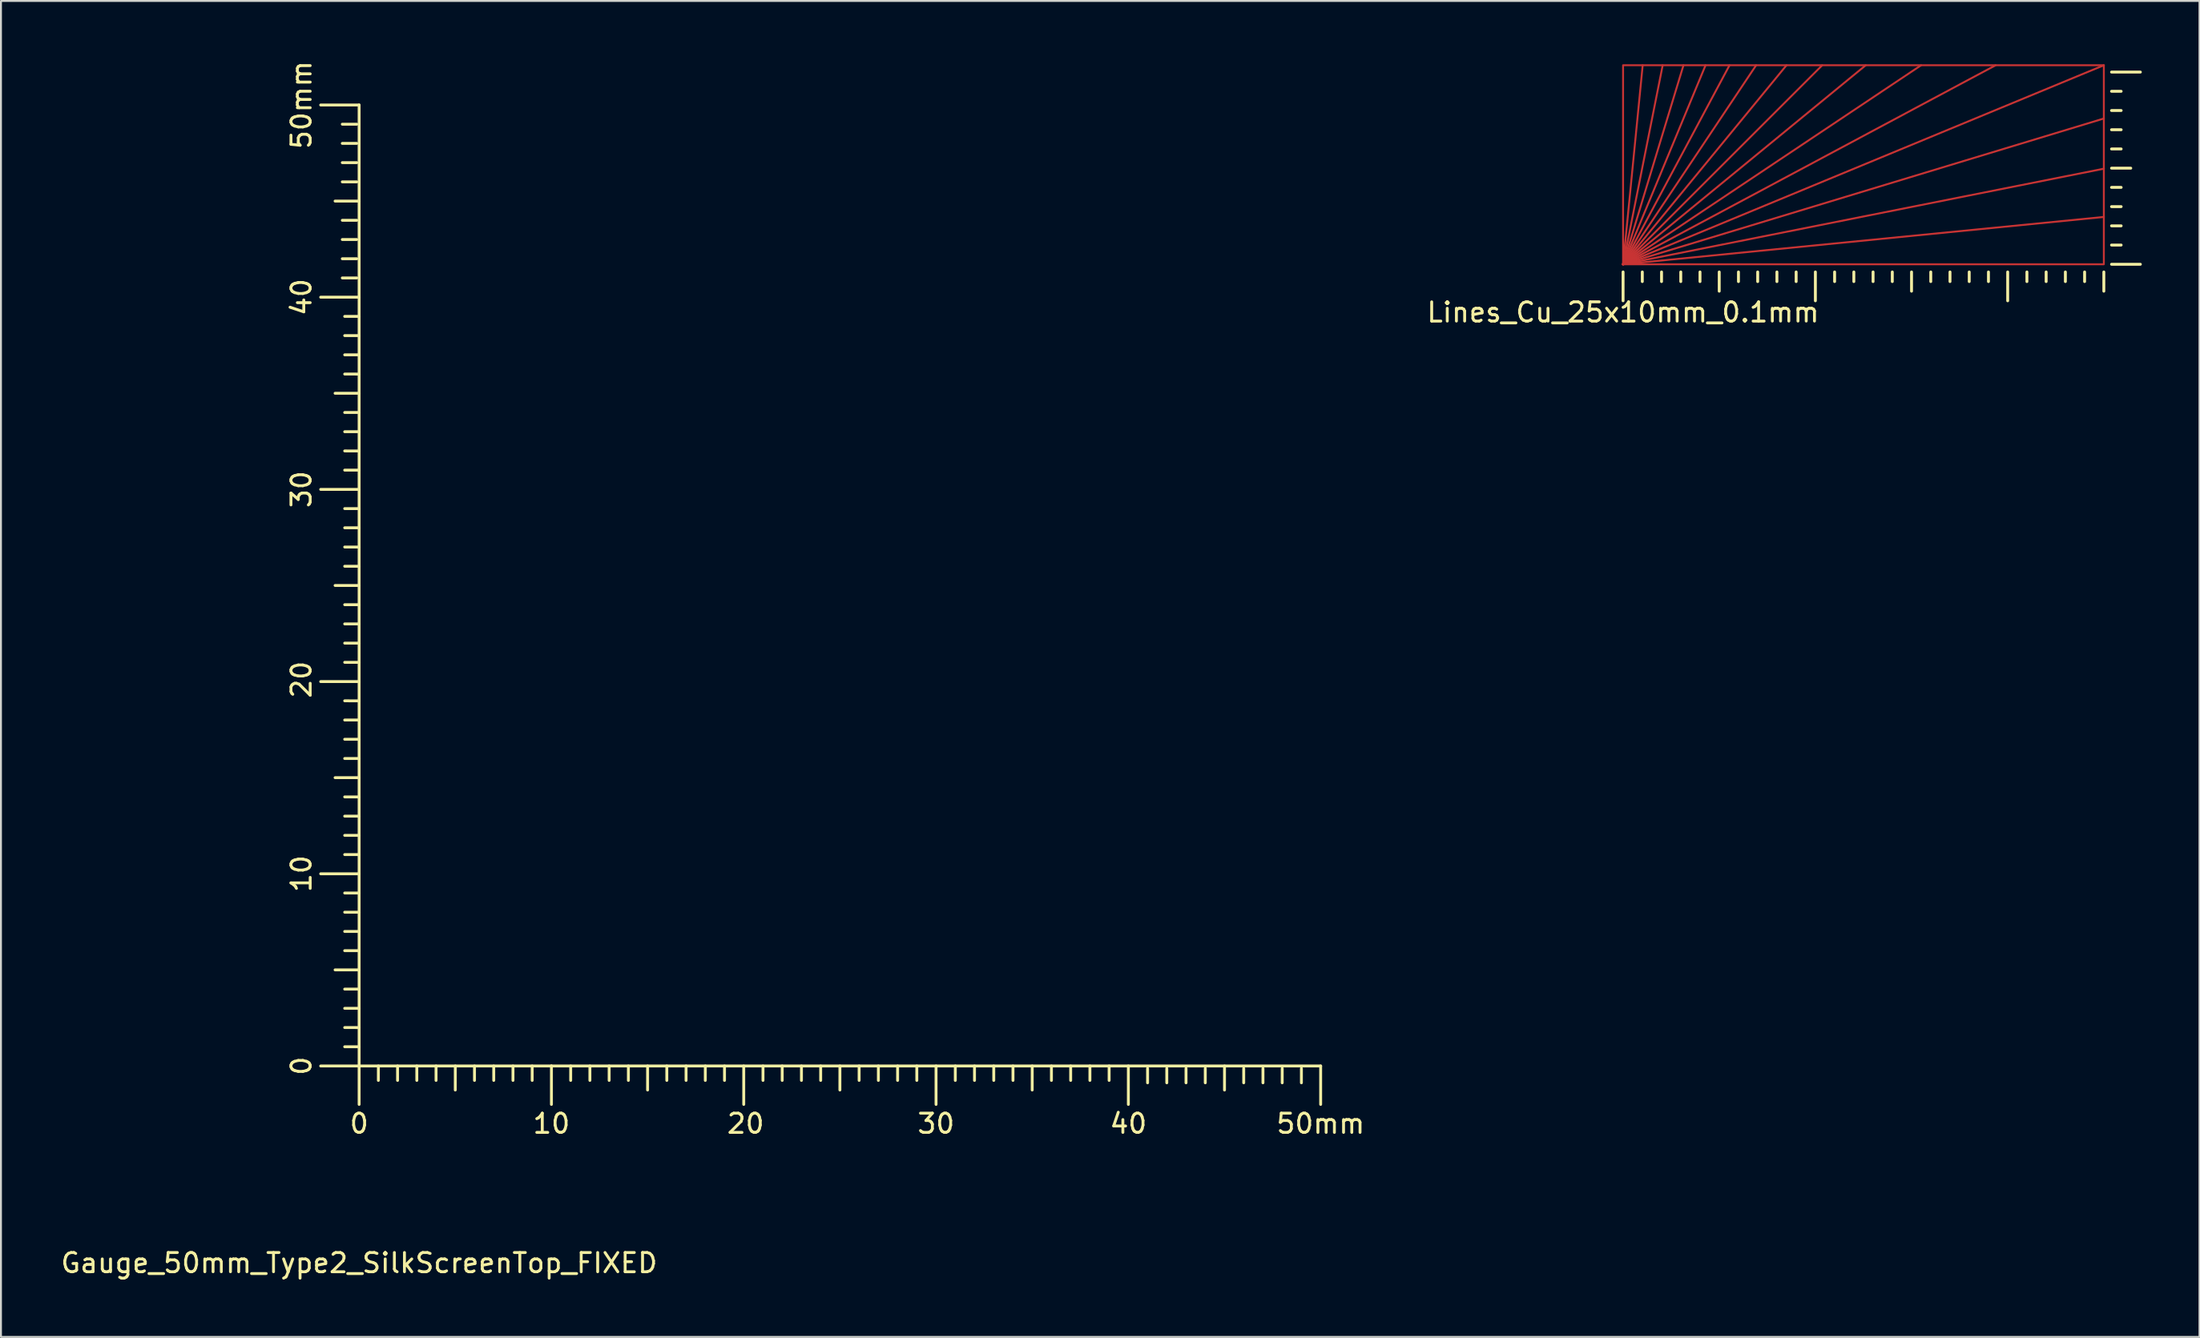
<source format=kicad_pcb>
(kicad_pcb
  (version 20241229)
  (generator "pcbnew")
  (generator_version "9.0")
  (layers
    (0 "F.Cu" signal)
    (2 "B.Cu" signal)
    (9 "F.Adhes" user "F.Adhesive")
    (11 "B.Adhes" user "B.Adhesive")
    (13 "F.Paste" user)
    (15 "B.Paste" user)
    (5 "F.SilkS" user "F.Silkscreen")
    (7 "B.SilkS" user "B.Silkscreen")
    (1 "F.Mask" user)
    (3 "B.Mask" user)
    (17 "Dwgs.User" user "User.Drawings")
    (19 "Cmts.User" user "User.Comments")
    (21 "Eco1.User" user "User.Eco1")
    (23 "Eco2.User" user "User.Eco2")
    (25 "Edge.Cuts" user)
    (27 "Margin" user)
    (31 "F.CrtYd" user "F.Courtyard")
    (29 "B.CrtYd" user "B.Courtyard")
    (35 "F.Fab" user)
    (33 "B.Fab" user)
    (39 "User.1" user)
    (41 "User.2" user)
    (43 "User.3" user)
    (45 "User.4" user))
  (footprint "Lines_Cu_25x10mm_0.1mm"
    (layer "F.Cu")
    (at 81.351 10.7)
    (property "Reference" "Lines_Cu_25x10mm_0.1mm" (at 0 2.5 0) (unlocked yes) (layer "F.SilkS") (effects (font (size 1 1) (thickness 0.15))))
    (fp_line (start 0 0) (end 1.02 -10.355) (stroke (width 0.1) (type default)) (layer "F.Cu"))
    (fp_line (start 0 0) (end 2.06 -10.355) (stroke (width 0.1) (type default)) (layer "F.Cu"))
    (fp_line (start 0 0) (end 3.141 -10.355) (stroke (width 0.1) (type default)) (layer "F.Cu"))
    (fp_line (start 0 0) (end 4.289 -10.355) (stroke (width 0.1) (type default)) (layer "F.Cu"))
    (fp_line (start 0 0) (end 5.535 -10.355) (stroke (width 0.1) (type default)) (layer "F.Cu"))
    (fp_line (start 0 0) (end 6.919 -10.355) (stroke (width 0.1) (type default)) (layer "F.Cu"))
    (fp_line (start 0 0) (end 8.498 -10.355) (stroke (width 0.1) (type default)) (layer "F.Cu"))
    (fp_line (start 0 0) (end 10.355 -10.355) (stroke (width 0.1) (type default)) (layer "F.Cu"))
    (fp_line (start 0 0) (end 12.618 -10.355) (stroke (width 0.1) (type default)) (layer "F.Cu"))
    (fp_line (start 0 0) (end 15.498 -10.355) (stroke (width 0.1) (type default)) (layer "F.Cu"))
    (fp_line (start 0 0) (end 19.373 -10.355) (stroke (width 0.1) (type default)) (layer "F.Cu"))
    (fp_line (start 0 0) (end 25 -10.355) (stroke (width 0.1) (type default)) (layer "F.Cu"))
    (fp_line (start 0 0) (end 25 -7.584) (stroke (width 0.1) (type default)) (layer "F.Cu"))
    (fp_line (start 0 0) (end 25 -4.973) (stroke (width 0.1) (type default)) (layer "F.Cu"))
    (fp_line (start 0 0) (end 25 -2.462) (stroke (width 0.1) (type default)) (layer "F.Cu"))
    (fp_rect (start 0 0) (end 25 -10.355) (stroke (width 0.1) (type default)) (fill no) (layer "F.Cu"))
    (fp_rect (start -0.3 -10.7) (end 25.3 0.3) (stroke (width 0) (type solid)) (fill yes) (layer "F.Mask"))
    (fp_line (start 0 1.9) (end 0 0.4) (stroke (width 0.15) (type default)) (layer "F.SilkS"))
    (fp_line (start 1 0.9) (end 1 0.4) (stroke (width 0.15) (type default)) (layer "F.SilkS"))
    (fp_line (start 2 0.9) (end 2 0.4) (stroke (width 0.15) (type default)) (layer "F.SilkS"))
    (fp_line (start 3 0.9) (end 3 0.4) (stroke (width 0.15) (type default)) (layer "F.SilkS"))
    (fp_line (start 4 0.9) (end 4 0.4) (stroke (width 0.15) (type default)) (layer "F.SilkS"))
    (fp_line (start 5 1.4) (end 5 0.4) (stroke (width 0.15) (type default)) (layer "F.SilkS"))
    (fp_line (start 6 0.9) (end 6 0.4) (stroke (width 0.15) (type default)) (layer "F.SilkS"))
    (fp_line (start 7 0.9) (end 7 0.4) (stroke (width 0.15) (type default)) (layer "F.SilkS"))
    (fp_line (start 8 0.9) (end 8 0.4) (stroke (width 0.15) (type default)) (layer "F.SilkS"))
    (fp_line (start 9 0.9) (end 9 0.4) (stroke (width 0.15) (type default)) (layer "F.SilkS"))
    (fp_line (start 10 1.9) (end 10 0.4) (stroke (width 0.15) (type default)) (layer "F.SilkS"))
    (fp_line (start 11 0.9) (end 11 0.4) (stroke (width 0.15) (type default)) (layer "F.SilkS"))
    (fp_line (start 12 0.9) (end 12 0.4) (stroke (width 0.15) (type default)) (layer "F.SilkS"))
    (fp_line (start 13 0.9) (end 13 0.4) (stroke (width 0.15) (type default)) (layer "F.SilkS"))
    (fp_line (start 14 0.9) (end 14 0.4) (stroke (width 0.15) (type default)) (layer "F.SilkS"))
    (fp_line (start 15 1.4) (end 15 0.4) (stroke (width 0.15) (type default)) (layer "F.SilkS"))
    (fp_line (start 16 0.9) (end 16 0.4) (stroke (width 0.15) (type default)) (layer "F.SilkS"))
    (fp_line (start 17 0.9) (end 17 0.4) (stroke (width 0.15) (type default)) (layer "F.SilkS"))
    (fp_line (start 18 0.9) (end 18 0.4) (stroke (width 0.15) (type default)) (layer "F.SilkS"))
    (fp_line (start 19 0.9) (end 19 0.4) (stroke (width 0.15) (type default)) (layer "F.SilkS"))
    (fp_line (start 20 1.9) (end 20 0.4) (stroke (width 0.15) (type default)) (layer "F.SilkS"))
    (fp_line (start 21 0.9) (end 21 0.4) (stroke (width 0.15) (type default)) (layer "F.SilkS"))
    (fp_line (start 22 0.9) (end 22 0.4) (stroke (width 0.15) (type default)) (layer "F.SilkS"))
    (fp_line (start 23 0.9) (end 23 0.4) (stroke (width 0.15) (type default)) (layer "F.SilkS"))
    (fp_line (start 24 0.9) (end 24 0.4) (stroke (width 0.15) (type default)) (layer "F.SilkS"))
    (fp_line (start 25 1.4) (end 25 0.4) (stroke (width 0.15) (type default)) (layer "F.SilkS"))
    (fp_line (start 25.9 -9) (end 25.4 -9) (stroke (width 0.15) (type default)) (layer "F.SilkS"))
    (fp_line (start 25.9 -8) (end 25.4 -8) (stroke (width 0.15) (type default)) (layer "F.SilkS"))
    (fp_line (start 25.9 -7) (end 25.4 -7) (stroke (width 0.15) (type default)) (layer "F.SilkS"))
    (fp_line (start 25.9 -6) (end 25.4 -6) (stroke (width 0.15) (type default)) (layer "F.SilkS"))
    (fp_line (start 25.9 -4) (end 25.4 -4) (stroke (width 0.15) (type default)) (layer "F.SilkS"))
    (fp_line (start 25.9 -3) (end 25.4 -3) (stroke (width 0.15) (type default)) (layer "F.SilkS"))
    (fp_line (start 25.9 -2) (end 25.4 -2) (stroke (width 0.15) (type default)) (layer "F.SilkS"))
    (fp_line (start 25.9 -1) (end 25.4 -1) (stroke (width 0.15) (type default)) (layer "F.SilkS"))
    (fp_line (start 26.4 -5) (end 25.4 -5) (stroke (width 0.15) (type default)) (layer "F.SilkS"))
    (fp_line (start 26.9 -10) (end 25.4 -10) (stroke (width 0.15) (type default)) (layer "F.SilkS"))
    (fp_line (start 26.9 0) (end 25.4 0) (stroke (width 0.15) (type default)) (layer "F.SilkS")))
  (footprint "Gauge_50mm_Type2_SilkScreenTop_FIXED"
    (layer "F.Cu")
    (at 15.625 52.413)
    (property "Reference" "Gauge_50mm_Type2_SilkScreenTop_FIXED" (at 0 10.25 0) (layer "F.SilkS") (effects (font (size 1 1) (thickness 0.15))))
    (attr exclude_from_pos_files exclude_from_bom)
    (fp_line (start -0.125 -49) (end -0.875 -49.001) (stroke (width 0.15) (type solid)) (layer "F.SilkS"))
    (fp_line (start -0.125 -48.002) (end -0.875 -48.002) (stroke (width 0.15) (type solid)) (layer "F.SilkS"))
    (fp_line (start -0.125 -47.001) (end -0.875 -47.001) (stroke (width 0.15) (type solid)) (layer "F.SilkS"))
    (fp_line (start -0.125 -46) (end -0.875 -46.001) (stroke (width 0.15) (type solid)) (layer "F.SilkS"))
    (fp_line (start -0.125 -44.001) (end -0.875 -44.001) (stroke (width 0.15) (type solid)) (layer "F.SilkS"))
    (fp_line (start -0.125 -43.001) (end -0.875 -43.001) (stroke (width 0.15) (type solid)) (layer "F.SilkS"))
    (fp_line (start -0.125 -42) (end -0.875 -42.001) (stroke (width 0.15) (type solid)) (layer "F.SilkS"))
    (fp_line (start -0.125 -41.002) (end -0.875 -41.002) (stroke (width 0.15) (type solid)) (layer "F.SilkS"))
    (fp_line (start 0 -50) (end -1.999 -50) (stroke (width 0.15) (type solid)) (layer "F.SilkS"))
    (fp_line (start 0 -45.001) (end -1.25 -45.001) (stroke (width 0.15) (type solid)) (layer "F.SilkS"))
    (fp_line (start 0 -40) (end -1.999 -40) (stroke (width 0.15) (type solid)) (layer "F.SilkS"))
    (fp_line (start 0 -39) (end -0.75 -39.001) (stroke (width 0.15) (type solid)) (layer "F.SilkS"))
    (fp_line (start 0 -38.002) (end -0.75 -38.002) (stroke (width 0.15) (type solid)) (layer "F.SilkS"))
    (fp_line (start 0 -37.001) (end -0.75 -37.001) (stroke (width 0.15) (type solid)) (layer "F.SilkS"))
    (fp_line (start 0 -36) (end -0.75 -36.001) (stroke (width 0.15) (type solid)) (layer "F.SilkS"))
    (fp_line (start 0 -35.001) (end -1.25 -35.001) (stroke (width 0.15) (type solid)) (layer "F.SilkS"))
    (fp_line (start 0 -34.001) (end -0.75 -34.001) (stroke (width 0.15) (type solid)) (layer "F.SilkS"))
    (fp_line (start 0 -33.001) (end -0.75 -33.001) (stroke (width 0.15) (type solid)) (layer "F.SilkS"))
    (fp_line (start 0 -32) (end -0.75 -32.001) (stroke (width 0.15) (type solid)) (layer "F.SilkS"))
    (fp_line (start 0 -31.002) (end -0.75 -31.002) (stroke (width 0.15) (type solid)) (layer "F.SilkS"))
    (fp_line (start 0 -30) (end -1.999 -30) (stroke (width 0.15) (type solid)) (layer "F.SilkS"))
    (fp_line (start 0 -29) (end -0.75 -29.001) (stroke (width 0.15) (type solid)) (layer "F.SilkS"))
    (fp_line (start 0 -28.002) (end -0.75 -28.002) (stroke (width 0.15) (type solid)) (layer "F.SilkS"))
    (fp_line (start 0 -27.001) (end -0.75 -27.001) (stroke (width 0.15) (type solid)) (layer "F.SilkS"))
    (fp_line (start 0 -26) (end -0.75 -26.001) (stroke (width 0.15) (type solid)) (layer "F.SilkS"))
    (fp_line (start 0 -25.001) (end -1.25 -25.001) (stroke (width 0.15) (type solid)) (layer "F.SilkS"))
    (fp_line (start 0 -24.001) (end -0.75 -24.001) (stroke (width 0.15) (type solid)) (layer "F.SilkS"))
    (fp_line (start 0 -23.001) (end -0.75 -23.001) (stroke (width 0.15) (type solid)) (layer "F.SilkS"))
    (fp_line (start 0 -22) (end -0.75 -22.001) (stroke (width 0.15) (type solid)) (layer "F.SilkS"))
    (fp_line (start 0 -21.002) (end -0.75 -21.002) (stroke (width 0.15) (type solid)) (layer "F.SilkS"))
    (fp_line (start 0 -20) (end -1.999 -20) (stroke (width 0.15) (type solid)) (layer "F.SilkS"))
    (fp_line (start 0 -18.999) (end -0.75 -19) (stroke (width 0.15) (type solid)) (layer "F.SilkS"))
    (fp_line (start 0 -18) (end -0.75 -18) (stroke (width 0.15) (type solid)) (layer "F.SilkS"))
    (fp_line (start 0 -17) (end -0.75 -17) (stroke (width 0.15) (type solid)) (layer "F.SilkS"))
    (fp_line (start 0 -15.999) (end -0.75 -15.999) (stroke (width 0.15) (type solid)) (layer "F.SilkS"))
    (fp_line (start 0 -15.001) (end -1.25 -15.001) (stroke (width 0.15) (type solid)) (layer "F.SilkS"))
    (fp_line (start 0 -14) (end -0.75 -14) (stroke (width 0.15) (type solid)) (layer "F.SilkS"))
    (fp_line (start 0 -12.999) (end -0.75 -12.999) (stroke (width 0.15) (type solid)) (layer "F.SilkS"))
    (fp_line (start 0 -11.998) (end -0.75 -11.999) (stroke (width 0.15) (type solid)) (layer "F.SilkS"))
    (fp_line (start 0 -11) (end -0.75 -11) (stroke (width 0.15) (type solid)) (layer "F.SilkS"))
    (fp_line (start 0 -10) (end -1.999 -10) (stroke (width 0.15) (type solid)) (layer "F.SilkS"))
    (fp_line (start 0 -8.999) (end -0.75 -9) (stroke (width 0.15) (type solid)) (layer "F.SilkS"))
    (fp_line (start 0 -8.001) (end -0.75 -8.001) (stroke (width 0.15) (type solid)) (layer "F.SilkS"))
    (fp_line (start 0 -7) (end -0.75 -7) (stroke (width 0.15) (type solid)) (layer "F.SilkS"))
    (fp_line (start 0 -5.999) (end -0.75 -6) (stroke (width 0.15) (type solid)) (layer "F.SilkS"))
    (fp_line (start 0 -5.001) (end -1.25 -5.001) (stroke (width 0.15) (type solid)) (layer "F.SilkS"))
    (fp_line (start 0 -4) (end -0.75 -4) (stroke (width 0.15) (type solid)) (layer "F.SilkS"))
    (fp_line (start 0 -3) (end -0.75 -3) (stroke (width 0.15) (type solid)) (layer "F.SilkS"))
    (fp_line (start 0 -1.999) (end -0.75 -2) (stroke (width 0.15) (type solid)) (layer "F.SilkS"))
    (fp_line (start 0 -1.001) (end -0.75 -1.001) (stroke (width 0.15) (type solid)) (layer "F.SilkS"))
    (fp_line (start 0 0) (end -1.999 0) (stroke (width 0.15) (type solid)) (layer "F.SilkS"))
    (fp_line (start 0 0) (end 0 -50) (stroke (width 0.15) (type solid)) (layer "F.SilkS"))
    (fp_line (start 0 0) (end 0 1.999) (stroke (width 0.15) (type solid)) (layer "F.SilkS"))
    (fp_line (start 0 0) (end 10 0) (stroke (width 0.15) (type solid)) (layer "F.SilkS"))
    (fp_line (start 1.001 0) (end 1 0.75) (stroke (width 0.15) (type solid)) (layer "F.SilkS"))
    (fp_line (start 1.999 0) (end 1.999 0.75) (stroke (width 0.15) (type solid)) (layer "F.SilkS"))
    (fp_line (start 3 0) (end 3 0.75) (stroke (width 0.15) (type solid)) (layer "F.SilkS"))
    (fp_line (start 4 0) (end 4 0.75) (stroke (width 0.15) (type solid)) (layer "F.SilkS"))
    (fp_line (start 5.001 0) (end 5 1.25) (stroke (width 0.15) (type solid)) (layer "F.SilkS"))
    (fp_line (start 5.999 0) (end 5.999 0.75) (stroke (width 0.15) (type solid)) (layer "F.SilkS"))
    (fp_line (start 7 0) (end 7 0.75) (stroke (width 0.15) (type solid)) (layer "F.SilkS"))
    (fp_line (start 8.001 0) (end 8 0.75) (stroke (width 0.15) (type solid)) (layer "F.SilkS"))
    (fp_line (start 8.999 0) (end 8.999 0.75) (stroke (width 0.15) (type solid)) (layer "F.SilkS"))
    (fp_line (start 10 0) (end 10 1.999) (stroke (width 0.15) (type solid)) (layer "F.SilkS"))
    (fp_line (start 10 0) (end 50 0) (stroke (width 0.15) (type solid)) (layer "F.SilkS"))
    (fp_line (start 11.002 0) (end 11.001 0.75) (stroke (width 0.15) (type solid)) (layer "F.SilkS"))
    (fp_line (start 12 0) (end 12 0.75) (stroke (width 0.15) (type solid)) (layer "F.SilkS"))
    (fp_line (start 13.001 0) (end 13.001 0.75) (stroke (width 0.15) (type solid)) (layer "F.SilkS"))
    (fp_line (start 14.001 0) (end 14.001 0.75) (stroke (width 0.15) (type solid)) (layer "F.SilkS"))
    (fp_line (start 15.001 0) (end 15 1.25) (stroke (width 0.15) (type solid)) (layer "F.SilkS"))
    (fp_line (start 16 0) (end 16 0.75) (stroke (width 0.15) (type solid)) (layer "F.SilkS"))
    (fp_line (start 17.001 0) (end 17.001 0.75) (stroke (width 0.15) (type solid)) (layer "F.SilkS"))
    (fp_line (start 18.002 0) (end 18.001 0.75) (stroke (width 0.15) (type solid)) (layer "F.SilkS"))
    (fp_line (start 19 0) (end 19 0.75) (stroke (width 0.15) (type solid)) (layer "F.SilkS"))
    (fp_line (start 20 0) (end 20 1.999) (stroke (width 0.15) (type solid)) (layer "F.SilkS"))
    (fp_line (start 21.002 0) (end 21.001 0.75) (stroke (width 0.15) (type solid)) (layer "F.SilkS"))
    (fp_line (start 22 0) (end 22 0.75) (stroke (width 0.15) (type solid)) (layer "F.SilkS"))
    (fp_line (start 23.001 0) (end 23.001 0.75) (stroke (width 0.15) (type solid)) (layer "F.SilkS"))
    (fp_line (start 24.001 0) (end 24.001 0.75) (stroke (width 0.15) (type solid)) (layer "F.SilkS"))
    (fp_line (start 25.001 0) (end 25 1.25) (stroke (width 0.15) (type solid)) (layer "F.SilkS"))
    (fp_line (start 26 0) (end 26 0.75) (stroke (width 0.15) (type solid)) (layer "F.SilkS"))
    (fp_line (start 27.001 0) (end 27.001 0.75) (stroke (width 0.15) (type solid)) (layer "F.SilkS"))
    (fp_line (start 28.002 0) (end 28.001 0.75) (stroke (width 0.15) (type solid)) (layer "F.SilkS"))
    (fp_line (start 29 0) (end 29 0.75) (stroke (width 0.15) (type solid)) (layer "F.SilkS"))
    (fp_line (start 30 0) (end 30 1.999) (stroke (width 0.15) (type solid)) (layer "F.SilkS"))
    (fp_line (start 31.002 0) (end 31.001 0.75) (stroke (width 0.15) (type solid)) (layer "F.SilkS"))
    (fp_line (start 32 0) (end 32 0.75) (stroke (width 0.15) (type solid)) (layer "F.SilkS"))
    (fp_line (start 33.001 0) (end 33.001 0.75) (stroke (width 0.15) (type solid)) (layer "F.SilkS"))
    (fp_line (start 34.001 0) (end 34.001 0.75) (stroke (width 0.15) (type solid)) (layer "F.SilkS"))
    (fp_line (start 35.001 0) (end 35 1.25) (stroke (width 0.15) (type solid)) (layer "F.SilkS"))
    (fp_line (start 36 0) (end 36 0.75) (stroke (width 0.15) (type solid)) (layer "F.SilkS"))
    (fp_line (start 37.001 0) (end 37.001 0.75) (stroke (width 0.15) (type solid)) (layer "F.SilkS"))
    (fp_line (start 38.002 0) (end 38.001 0.75) (stroke (width 0.15) (type solid)) (layer "F.SilkS"))
    (fp_line (start 39 0) (end 39 0.75) (stroke (width 0.15) (type solid)) (layer "F.SilkS"))
    (fp_line (start 40 0) (end 40 1.999) (stroke (width 0.15) (type solid)) (layer "F.SilkS"))
    (fp_line (start 41 0.125) (end 41 0.875) (stroke (width 0.15) (type solid)) (layer "F.SilkS"))
    (fp_line (start 41.999 0.125) (end 41.999 0.875) (stroke (width 0.15) (type solid)) (layer "F.SilkS"))
    (fp_line (start 42.999 0.125) (end 42.999 0.875) (stroke (width 0.15) (type solid)) (layer "F.SilkS"))
    (fp_line (start 44 0.125) (end 44 0.875) (stroke (width 0.15) (type solid)) (layer "F.SilkS"))
    (fp_line (start 45.001 0) (end 45 1.25) (stroke (width 0.15) (type solid)) (layer "F.SilkS"))
    (fp_line (start 45.999 0.125) (end 45.999 0.875) (stroke (width 0.15) (type solid)) (layer "F.SilkS"))
    (fp_line (start 47 0.125) (end 47 0.875) (stroke (width 0.15) (type solid)) (layer "F.SilkS"))
    (fp_line (start 48.001 0.125) (end 48 0.875) (stroke (width 0.15) (type solid)) (layer "F.SilkS"))
    (fp_line (start 48.999 0.125) (end 48.999 0.875) (stroke (width 0.15) (type solid)) (layer "F.SilkS"))
    (fp_line (start 50 0) (end 50 1.999) (stroke (width 0.15) (type solid)) (layer "F.SilkS"))
    (fp_text user "0" (at 0 3 0) (unlocked yes) (layer "F.SilkS") (effects (font (size 1 1) (thickness 0.15))))
    (fp_text user "40" (at 40 3 0) (unlocked yes) (layer "F.SilkS") (effects (font (size 1 1) (thickness 0.15))))
    (fp_text user "50mm" (at -3 -50.002 90) (unlocked yes) (layer "F.SilkS") (effects (font (size 1 1) (thickness 0.15))))
    (fp_text user "10" (at 10 3 0) (unlocked yes) (layer "F.SilkS") (effects (font (size 1 1) (thickness 0.15))))
    (fp_text user "0" (at -3 -0.003 90) (unlocked yes) (layer "F.SilkS") (effects (font (size 1 1) (thickness 0.15))))
    (fp_text user "50mm" (at 50 3 0) (unlocked yes) (layer "F.SilkS") (effects (font (size 1 1) (thickness 0.15))))
    (fp_text user "20" (at 20.099 3 0) (unlocked yes) (layer "F.SilkS") (effects (font (size 1 1) (thickness 0.15))))
    (fp_text user "30" (at 30 3 0) (unlocked yes) (layer "F.SilkS") (effects (font (size 1 1) (thickness 0.15))))
    (fp_text user "30" (at -3 -30.002 90) (unlocked yes) (layer "F.SilkS") (effects (font (size 1 1) (thickness 0.15))))
    (fp_text user "10" (at -3 -10.003 90) (unlocked yes) (layer "F.SilkS") (effects (font (size 1 1) (thickness 0.15))))
    (fp_text user "40" (at -3 -40.002 90) (unlocked yes) (layer "F.SilkS") (effects (font (size 1 1) (thickness 0.15))))
    (fp_text user "20" (at -3 -20.102 90) (unlocked yes) (layer "F.SilkS") (effects (font (size 1 1) (thickness 0.15)))))
  (gr_rect
    (start -3 -3)
    (end 111.326 66.511)
    (stroke (width 0.1) (type default))
    (fill no)
    (layer "Edge.Cuts")))
</source>
